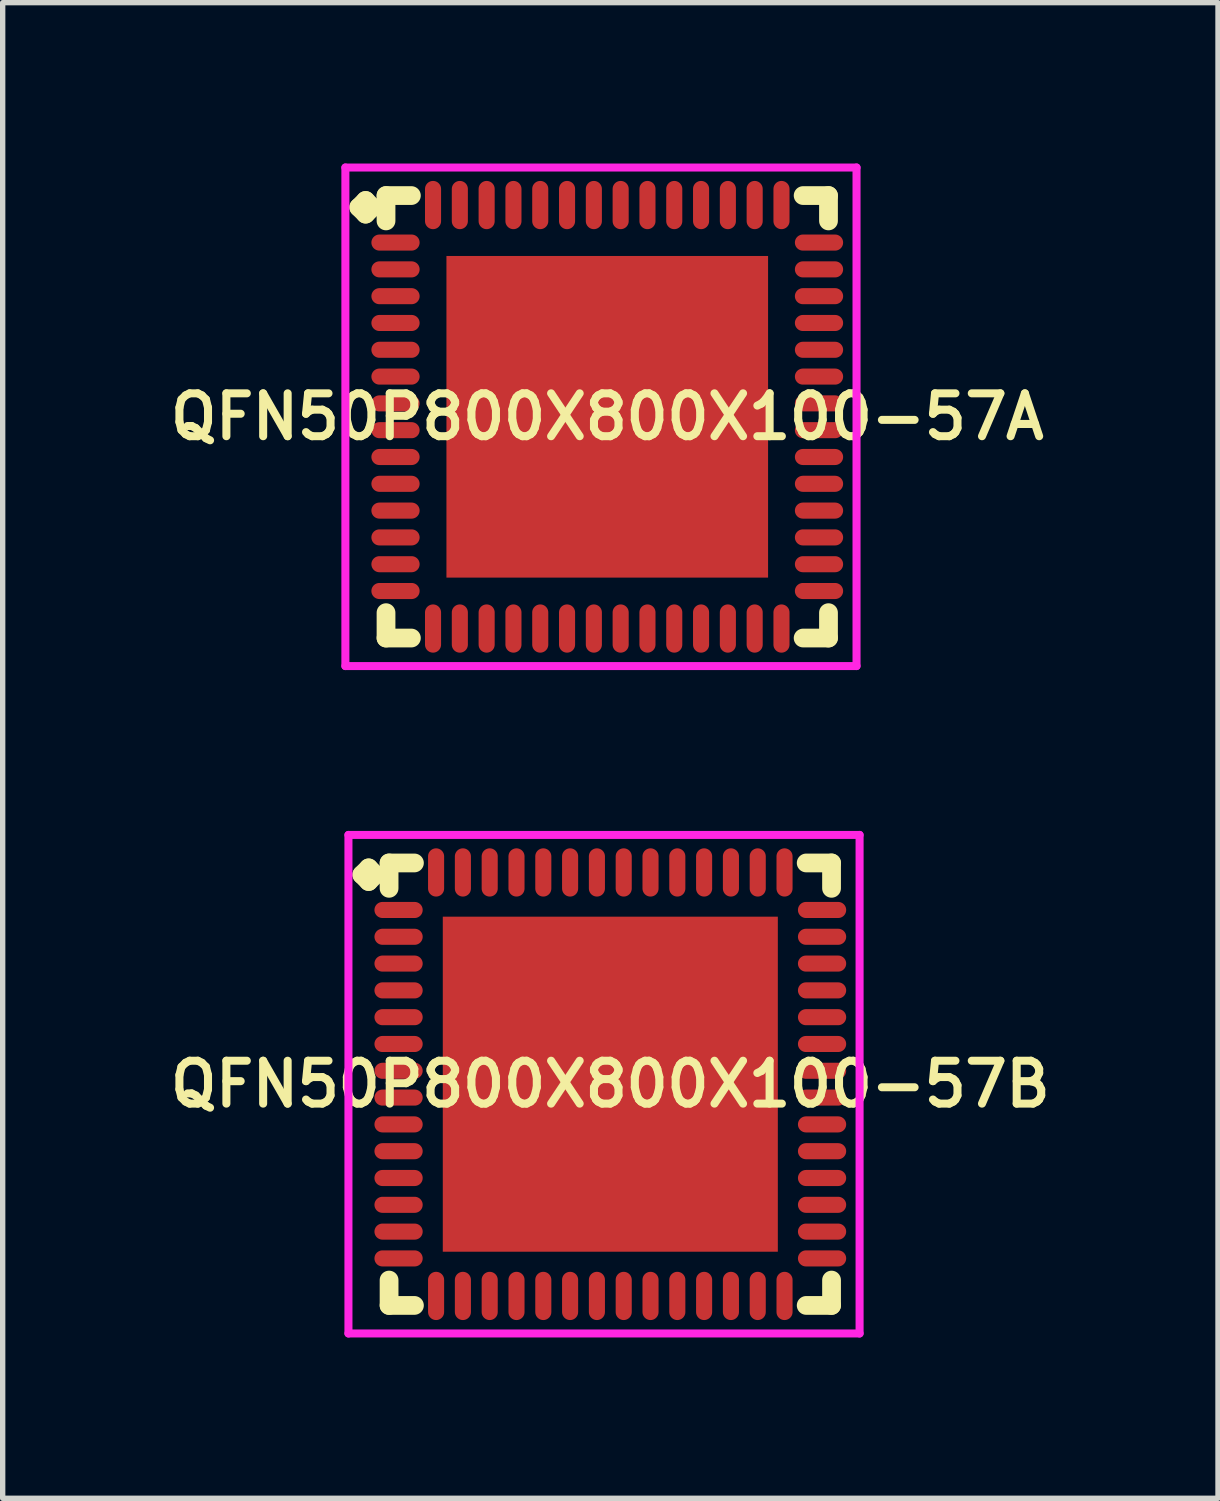
<source format=kicad_pcb>
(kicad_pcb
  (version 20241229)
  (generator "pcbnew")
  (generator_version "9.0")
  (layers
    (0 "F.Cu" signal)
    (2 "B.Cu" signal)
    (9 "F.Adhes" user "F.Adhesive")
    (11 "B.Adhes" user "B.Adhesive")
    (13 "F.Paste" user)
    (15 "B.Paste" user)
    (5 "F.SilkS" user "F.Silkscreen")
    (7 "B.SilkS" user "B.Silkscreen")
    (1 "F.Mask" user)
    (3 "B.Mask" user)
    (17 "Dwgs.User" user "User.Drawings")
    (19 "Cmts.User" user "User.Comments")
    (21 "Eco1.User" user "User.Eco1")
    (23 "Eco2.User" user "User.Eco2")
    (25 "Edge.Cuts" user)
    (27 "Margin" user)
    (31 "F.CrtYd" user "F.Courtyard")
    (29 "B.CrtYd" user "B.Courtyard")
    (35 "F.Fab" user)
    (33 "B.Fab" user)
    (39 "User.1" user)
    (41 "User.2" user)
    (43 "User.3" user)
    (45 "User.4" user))
  (footprint "QFN50P800X800X100-57B"
    (layer "F.Cu")
    (at 8.335 17.175)
    (property "Reference" "QFN50P800X800X100-57B" (at 0 0 0) (layer "F.SilkS") (effects (font (size 0.8 0.8) (thickness 0.15))))
    (attr through_hole)
    (fp_line (start -4.635 -3.908) (end -4.508 -4.035) (stroke (width 0.35) (type solid)) (layer "F.SilkS"))
    (fp_line (start -4.508 -4.035) (end -4.381 -3.908) (stroke (width 0.35) (type solid)) (layer "F.SilkS"))
    (fp_line (start -4.508 -3.781) (end -4.635 -3.908) (stroke (width 0.35) (type solid)) (layer "F.SilkS"))
    (fp_line (start -4.381 -3.908) (end -4.508 -3.781) (stroke (width 0.35) (type solid)) (layer "F.SilkS"))
    (fp_line (start -4.127 -4.127) (end -3.654 -4.127) (stroke (width 0.35) (type solid)) (layer "F.SilkS"))
    (fp_line (start -4.127 -3.654) (end -4.127 -4.127) (stroke (width 0.35) (type solid)) (layer "F.SilkS"))
    (fp_line (start -4.127 3.654) (end -4.127 4.127) (stroke (width 0.35) (type solid)) (layer "F.SilkS"))
    (fp_line (start -4.127 4.127) (end -3.654 4.127) (stroke (width 0.35) (type solid)) (layer "F.SilkS"))
    (fp_line (start 3.654 -4.127) (end 4.127 -4.127) (stroke (width 0.35) (type solid)) (layer "F.SilkS"))
    (fp_line (start 3.654 4.127) (end 4.127 4.127) (stroke (width 0.35) (type solid)) (layer "F.SilkS"))
    (fp_line (start 4.127 -4.127) (end 4.127 -3.654) (stroke (width 0.35) (type solid)) (layer "F.SilkS"))
    (fp_line (start 4.127 4.127) (end 4.127 3.654) (stroke (width 0.35) (type solid)) (layer "F.SilkS"))
    (fp_line (start -4.885 -4.65) (end 4.65 -4.65) (stroke (width 0.15) (type solid)) (layer "F.CrtYd"))
    (fp_line (start -4.885 4.65) (end -4.885 -4.65) (stroke (width 0.15) (type solid)) (layer "F.CrtYd"))
    (fp_line (start 4.65 -4.65) (end 4.65 4.65) (stroke (width 0.15) (type solid)) (layer "F.CrtYd"))
    (fp_line (start 4.65 4.65) (end -4.885 4.65) (stroke (width 0.15) (type solid)) (layer "F.CrtYd"))
    (pad "1" smd oval (at -3.95 -3.25) (size 0.9 0.3) (layers "F.Cu" "F.Mask" "F.Paste"))
    (pad "2" smd oval (at -3.95 -2.75) (size 0.9 0.3) (layers "F.Cu" "F.Mask" "F.Paste"))
    (pad "3" smd oval (at -3.95 -2.25) (size 0.9 0.3) (layers "F.Cu" "F.Mask" "F.Paste"))
    (pad "4" smd oval (at -3.95 -1.75) (size 0.9 0.3) (layers "F.Cu" "F.Mask" "F.Paste"))
    (pad "5" smd oval (at -3.95 -1.25) (size 0.9 0.3) (layers "F.Cu" "F.Mask" "F.Paste"))
    (pad "6" smd oval (at -3.95 -0.75) (size 0.9 0.3) (layers "F.Cu" "F.Mask" "F.Paste"))
    (pad "7" smd oval (at -3.95 -0.25) (size 0.9 0.3) (layers "F.Cu" "F.Mask" "F.Paste"))
    (pad "8" smd oval (at -3.95 0.25) (size 0.9 0.3) (layers "F.Cu" "F.Mask" "F.Paste"))
    (pad "9" smd oval (at -3.95 0.75) (size 0.9 0.3) (layers "F.Cu" "F.Mask" "F.Paste"))
    (pad "10" smd oval (at -3.95 1.25) (size 0.9 0.3) (layers "F.Cu" "F.Mask" "F.Paste"))
    (pad "11" smd oval (at -3.95 1.75) (size 0.9 0.3) (layers "F.Cu" "F.Mask" "F.Paste"))
    (pad "12" smd oval (at -3.95 2.25) (size 0.9 0.3) (layers "F.Cu" "F.Mask" "F.Paste"))
    (pad "13" smd oval (at -3.95 2.75) (size 0.9 0.3) (layers "F.Cu" "F.Mask" "F.Paste"))
    (pad "14" smd oval (at -3.95 3.25) (size 0.9 0.3) (layers "F.Cu" "F.Mask" "F.Paste"))
    (pad "15" smd oval (at -3.25 3.95) (size 0.3 0.9) (layers "F.Cu" "F.Mask" "F.Paste"))
    (pad "16" smd oval (at -2.75 3.95) (size 0.3 0.9) (layers "F.Cu" "F.Mask" "F.Paste"))
    (pad "17" smd oval (at -2.25 3.95) (size 0.3 0.9) (layers "F.Cu" "F.Mask" "F.Paste"))
    (pad "18" smd oval (at -1.75 3.95) (size 0.3 0.9) (layers "F.Cu" "F.Mask" "F.Paste"))
    (pad "19" smd oval (at -1.25 3.95) (size 0.3 0.9) (layers "F.Cu" "F.Mask" "F.Paste"))
    (pad "20" smd oval (at -0.75 3.95) (size 0.3 0.9) (layers "F.Cu" "F.Mask" "F.Paste"))
    (pad "21" smd oval (at -0.25 3.95) (size 0.3 0.9) (layers "F.Cu" "F.Mask" "F.Paste"))
    (pad "22" smd oval (at 0.25 3.95) (size 0.3 0.9) (layers "F.Cu" "F.Mask" "F.Paste"))
    (pad "23" smd oval (at 0.75 3.95) (size 0.3 0.9) (layers "F.Cu" "F.Mask" "F.Paste"))
    (pad "24" smd oval (at 1.25 3.95) (size 0.3 0.9) (layers "F.Cu" "F.Mask" "F.Paste"))
    (pad "25" smd oval (at 1.75 3.95) (size 0.3 0.9) (layers "F.Cu" "F.Mask" "F.Paste"))
    (pad "26" smd oval (at 2.25 3.95) (size 0.3 0.9) (layers "F.Cu" "F.Mask" "F.Paste"))
    (pad "27" smd oval (at 2.75 3.95) (size 0.3 0.9) (layers "F.Cu" "F.Mask" "F.Paste"))
    (pad "28" smd oval (at 3.25 3.95) (size 0.3 0.9) (layers "F.Cu" "F.Mask" "F.Paste"))
    (pad "29" smd oval (at 3.95 3.25) (size 0.9 0.3) (layers "F.Cu" "F.Mask" "F.Paste"))
    (pad "30" smd oval (at 3.95 2.75) (size 0.9 0.3) (layers "F.Cu" "F.Mask" "F.Paste"))
    (pad "31" smd oval (at 3.95 2.25) (size 0.9 0.3) (layers "F.Cu" "F.Mask" "F.Paste"))
    (pad "32" smd oval (at 3.95 1.75) (size 0.9 0.3) (layers "F.Cu" "F.Mask" "F.Paste"))
    (pad "33" smd oval (at 3.95 1.25) (size 0.9 0.3) (layers "F.Cu" "F.Mask" "F.Paste"))
    (pad "34" smd oval (at 3.95 0.75) (size 0.9 0.3) (layers "F.Cu" "F.Mask" "F.Paste"))
    (pad "35" smd oval (at 3.95 0.25) (size 0.9 0.3) (layers "F.Cu" "F.Mask" "F.Paste"))
    (pad "36" smd oval (at 3.95 -0.25) (size 0.9 0.3) (layers "F.Cu" "F.Mask" "F.Paste"))
    (pad "37" smd oval (at 3.95 -0.75) (size 0.9 0.3) (layers "F.Cu" "F.Mask" "F.Paste"))
    (pad "38" smd oval (at 3.95 -1.25) (size 0.9 0.3) (layers "F.Cu" "F.Mask" "F.Paste"))
    (pad "39" smd oval (at 3.95 -1.75) (size 0.9 0.3) (layers "F.Cu" "F.Mask" "F.Paste"))
    (pad "40" smd oval (at 3.95 -2.25) (size 0.9 0.3) (layers "F.Cu" "F.Mask" "F.Paste"))
    (pad "41" smd oval (at 3.95 -2.75) (size 0.9 0.3) (layers "F.Cu" "F.Mask" "F.Paste"))
    (pad "42" smd oval (at 3.95 -3.25) (size 0.9 0.3) (layers "F.Cu" "F.Mask" "F.Paste"))
    (pad "43" smd oval (at 3.25 -3.95) (size 0.3 0.9) (layers "F.Cu" "F.Mask" "F.Paste"))
    (pad "44" smd oval (at 2.75 -3.95) (size 0.3 0.9) (layers "F.Cu" "F.Mask" "F.Paste"))
    (pad "45" smd oval (at 2.25 -3.95) (size 0.3 0.9) (layers "F.Cu" "F.Mask" "F.Paste"))
    (pad "46" smd oval (at 1.75 -3.95) (size 0.3 0.9) (layers "F.Cu" "F.Mask" "F.Paste"))
    (pad "47" smd oval (at 1.25 -3.95) (size 0.3 0.9) (layers "F.Cu" "F.Mask" "F.Paste"))
    (pad "48" smd oval (at 0.75 -3.95) (size 0.3 0.9) (layers "F.Cu" "F.Mask" "F.Paste"))
    (pad "49" smd oval (at 0.25 -3.95) (size 0.3 0.9) (layers "F.Cu" "F.Mask" "F.Paste"))
    (pad "50" smd oval (at -0.25 -3.95) (size 0.3 0.9) (layers "F.Cu" "F.Mask" "F.Paste"))
    (pad "51" smd oval (at -0.75 -3.95) (size 0.3 0.9) (layers "F.Cu" "F.Mask" "F.Paste"))
    (pad "52" smd oval (at -1.25 -3.95) (size 0.3 0.9) (layers "F.Cu" "F.Mask" "F.Paste"))
    (pad "53" smd oval (at -1.75 -3.95) (size 0.3 0.9) (layers "F.Cu" "F.Mask" "F.Paste"))
    (pad "54" smd oval (at -2.25 -3.95) (size 0.3 0.9) (layers "F.Cu" "F.Mask" "F.Paste"))
    (pad "55" smd oval (at -2.75 -3.95) (size 0.3 0.9) (layers "F.Cu" "F.Mask" "F.Paste"))
    (pad "56" smd oval (at -3.25 -3.95) (size 0.3 0.9) (layers "F.Cu" "F.Mask" "F.Paste"))
    (pad "57" smd rect (at 0 0) (size 6.25 6.25) (layers "F.Cu" "F.Mask" "F.Paste")))
  (footprint "QFN50P800X800X100-57A"
    (layer "F.Cu")
    (at 8.278 4.725)
    (property "Reference" "QFN50P800X800X100-57A" (at 0 0 0) (layer "F.SilkS") (effects (font (size 0.8 0.8) (thickness 0.15))))
    (attr through_hole)
    (fp_line (start -4.635 -3.908) (end -4.508 -4.035) (stroke (width 0.35) (type solid)) (layer "F.SilkS"))
    (fp_line (start -4.508 -4.035) (end -4.381 -3.908) (stroke (width 0.35) (type solid)) (layer "F.SilkS"))
    (fp_line (start -4.508 -3.781) (end -4.635 -3.908) (stroke (width 0.35) (type solid)) (layer "F.SilkS"))
    (fp_line (start -4.381 -3.908) (end -4.508 -3.781) (stroke (width 0.35) (type solid)) (layer "F.SilkS"))
    (fp_line (start -4.127 -4.127) (end -3.654 -4.127) (stroke (width 0.35) (type solid)) (layer "F.SilkS"))
    (fp_line (start -4.127 -3.654) (end -4.127 -4.127) (stroke (width 0.35) (type solid)) (layer "F.SilkS"))
    (fp_line (start -4.127 3.654) (end -4.127 4.127) (stroke (width 0.35) (type solid)) (layer "F.SilkS"))
    (fp_line (start -4.127 4.127) (end -3.654 4.127) (stroke (width 0.35) (type solid)) (layer "F.SilkS"))
    (fp_line (start 3.654 -4.127) (end 4.127 -4.127) (stroke (width 0.35) (type solid)) (layer "F.SilkS"))
    (fp_line (start 3.654 4.127) (end 4.127 4.127) (stroke (width 0.35) (type solid)) (layer "F.SilkS"))
    (fp_line (start 4.127 -4.127) (end 4.127 -3.654) (stroke (width 0.35) (type solid)) (layer "F.SilkS"))
    (fp_line (start 4.127 4.127) (end 4.127 3.654) (stroke (width 0.35) (type solid)) (layer "F.SilkS"))
    (fp_line (start -4.885 -4.65) (end 4.65 -4.65) (stroke (width 0.15) (type solid)) (layer "F.CrtYd"))
    (fp_line (start -4.885 4.65) (end -4.885 -4.65) (stroke (width 0.15) (type solid)) (layer "F.CrtYd"))
    (fp_line (start 4.65 -4.65) (end 4.65 4.65) (stroke (width 0.15) (type solid)) (layer "F.CrtYd"))
    (fp_line (start 4.65 4.65) (end -4.885 4.65) (stroke (width 0.15) (type solid)) (layer "F.CrtYd"))
    (pad "1" smd oval (at -3.95 -3.25) (size 0.9 0.3) (layers "F.Cu" "F.Mask" "F.Paste"))
    (pad "2" smd oval (at -3.95 -2.75) (size 0.9 0.3) (layers "F.Cu" "F.Mask" "F.Paste"))
    (pad "3" smd oval (at -3.95 -2.25) (size 0.9 0.3) (layers "F.Cu" "F.Mask" "F.Paste"))
    (pad "4" smd oval (at -3.95 -1.75) (size 0.9 0.3) (layers "F.Cu" "F.Mask" "F.Paste"))
    (pad "5" smd oval (at -3.95 -1.25) (size 0.9 0.3) (layers "F.Cu" "F.Mask" "F.Paste"))
    (pad "6" smd oval (at -3.95 -0.75) (size 0.9 0.3) (layers "F.Cu" "F.Mask" "F.Paste"))
    (pad "7" smd oval (at -3.95 -0.25) (size 0.9 0.3) (layers "F.Cu" "F.Mask" "F.Paste"))
    (pad "8" smd oval (at -3.95 0.25) (size 0.9 0.3) (layers "F.Cu" "F.Mask" "F.Paste"))
    (pad "9" smd oval (at -3.95 0.75) (size 0.9 0.3) (layers "F.Cu" "F.Mask" "F.Paste"))
    (pad "10" smd oval (at -3.95 1.25) (size 0.9 0.3) (layers "F.Cu" "F.Mask" "F.Paste"))
    (pad "11" smd oval (at -3.95 1.75) (size 0.9 0.3) (layers "F.Cu" "F.Mask" "F.Paste"))
    (pad "12" smd oval (at -3.95 2.25) (size 0.9 0.3) (layers "F.Cu" "F.Mask" "F.Paste"))
    (pad "13" smd oval (at -3.95 2.75) (size 0.9 0.3) (layers "F.Cu" "F.Mask" "F.Paste"))
    (pad "14" smd oval (at -3.95 3.25) (size 0.9 0.3) (layers "F.Cu" "F.Mask" "F.Paste"))
    (pad "15" smd oval (at -3.25 3.95) (size 0.3 0.9) (layers "F.Cu" "F.Mask" "F.Paste"))
    (pad "16" smd oval (at -2.75 3.95) (size 0.3 0.9) (layers "F.Cu" "F.Mask" "F.Paste"))
    (pad "17" smd oval (at -2.25 3.95) (size 0.3 0.9) (layers "F.Cu" "F.Mask" "F.Paste"))
    (pad "18" smd oval (at -1.75 3.95) (size 0.3 0.9) (layers "F.Cu" "F.Mask" "F.Paste"))
    (pad "19" smd oval (at -1.25 3.95) (size 0.3 0.9) (layers "F.Cu" "F.Mask" "F.Paste"))
    (pad "20" smd oval (at -0.75 3.95) (size 0.3 0.9) (layers "F.Cu" "F.Mask" "F.Paste"))
    (pad "21" smd oval (at -0.25 3.95) (size 0.3 0.9) (layers "F.Cu" "F.Mask" "F.Paste"))
    (pad "22" smd oval (at 0.25 3.95) (size 0.3 0.9) (layers "F.Cu" "F.Mask" "F.Paste"))
    (pad "23" smd oval (at 0.75 3.95) (size 0.3 0.9) (layers "F.Cu" "F.Mask" "F.Paste"))
    (pad "24" smd oval (at 1.25 3.95) (size 0.3 0.9) (layers "F.Cu" "F.Mask" "F.Paste"))
    (pad "25" smd oval (at 1.75 3.95) (size 0.3 0.9) (layers "F.Cu" "F.Mask" "F.Paste"))
    (pad "26" smd oval (at 2.25 3.95) (size 0.3 0.9) (layers "F.Cu" "F.Mask" "F.Paste"))
    (pad "27" smd oval (at 2.75 3.95) (size 0.3 0.9) (layers "F.Cu" "F.Mask" "F.Paste"))
    (pad "28" smd oval (at 3.25 3.95) (size 0.3 0.9) (layers "F.Cu" "F.Mask" "F.Paste"))
    (pad "29" smd oval (at 3.95 3.25) (size 0.9 0.3) (layers "F.Cu" "F.Mask" "F.Paste"))
    (pad "30" smd oval (at 3.95 2.75) (size 0.9 0.3) (layers "F.Cu" "F.Mask" "F.Paste"))
    (pad "31" smd oval (at 3.95 2.25) (size 0.9 0.3) (layers "F.Cu" "F.Mask" "F.Paste"))
    (pad "32" smd oval (at 3.95 1.75) (size 0.9 0.3) (layers "F.Cu" "F.Mask" "F.Paste"))
    (pad "33" smd oval (at 3.95 1.25) (size 0.9 0.3) (layers "F.Cu" "F.Mask" "F.Paste"))
    (pad "34" smd oval (at 3.95 0.75) (size 0.9 0.3) (layers "F.Cu" "F.Mask" "F.Paste"))
    (pad "35" smd oval (at 3.95 0.25) (size 0.9 0.3) (layers "F.Cu" "F.Mask" "F.Paste"))
    (pad "36" smd oval (at 3.95 -0.25) (size 0.9 0.3) (layers "F.Cu" "F.Mask" "F.Paste"))
    (pad "37" smd oval (at 3.95 -0.75) (size 0.9 0.3) (layers "F.Cu" "F.Mask" "F.Paste"))
    (pad "38" smd oval (at 3.95 -1.25) (size 0.9 0.3) (layers "F.Cu" "F.Mask" "F.Paste"))
    (pad "39" smd oval (at 3.95 -1.75) (size 0.9 0.3) (layers "F.Cu" "F.Mask" "F.Paste"))
    (pad "40" smd oval (at 3.95 -2.25) (size 0.9 0.3) (layers "F.Cu" "F.Mask" "F.Paste"))
    (pad "41" smd oval (at 3.95 -2.75) (size 0.9 0.3) (layers "F.Cu" "F.Mask" "F.Paste"))
    (pad "42" smd oval (at 3.95 -3.25) (size 0.9 0.3) (layers "F.Cu" "F.Mask" "F.Paste"))
    (pad "43" smd oval (at 3.25 -3.95) (size 0.3 0.9) (layers "F.Cu" "F.Mask" "F.Paste"))
    (pad "44" smd oval (at 2.75 -3.95) (size 0.3 0.9) (layers "F.Cu" "F.Mask" "F.Paste"))
    (pad "45" smd oval (at 2.25 -3.95) (size 0.3 0.9) (layers "F.Cu" "F.Mask" "F.Paste"))
    (pad "46" smd oval (at 1.75 -3.95) (size 0.3 0.9) (layers "F.Cu" "F.Mask" "F.Paste"))
    (pad "47" smd oval (at 1.25 -3.95) (size 0.3 0.9) (layers "F.Cu" "F.Mask" "F.Paste"))
    (pad "48" smd oval (at 0.75 -3.95) (size 0.3 0.9) (layers "F.Cu" "F.Mask" "F.Paste"))
    (pad "49" smd oval (at 0.25 -3.95) (size 0.3 0.9) (layers "F.Cu" "F.Mask" "F.Paste"))
    (pad "50" smd oval (at -0.25 -3.95) (size 0.3 0.9) (layers "F.Cu" "F.Mask" "F.Paste"))
    (pad "51" smd oval (at -0.75 -3.95) (size 0.3 0.9) (layers "F.Cu" "F.Mask" "F.Paste"))
    (pad "52" smd oval (at -1.25 -3.95) (size 0.3 0.9) (layers "F.Cu" "F.Mask" "F.Paste"))
    (pad "53" smd oval (at -1.75 -3.95) (size 0.3 0.9) (layers "F.Cu" "F.Mask" "F.Paste"))
    (pad "54" smd oval (at -2.25 -3.95) (size 0.3 0.9) (layers "F.Cu" "F.Mask" "F.Paste"))
    (pad "55" smd oval (at -2.75 -3.95) (size 0.3 0.9) (layers "F.Cu" "F.Mask" "F.Paste"))
    (pad "56" smd oval (at -3.25 -3.95) (size 0.3 0.9) (layers "F.Cu" "F.Mask" "F.Paste"))
    (pad "57" smd rect (at 0 0) (size 6 6) (layers "F.Cu" "F.Mask" "F.Paste")))
  (gr_rect
    (start -3 -3)
    (end 19.671 24.9)
    (stroke (width 0.1) (type default))
    (fill no)
    (layer "Edge.Cuts")))
</source>
